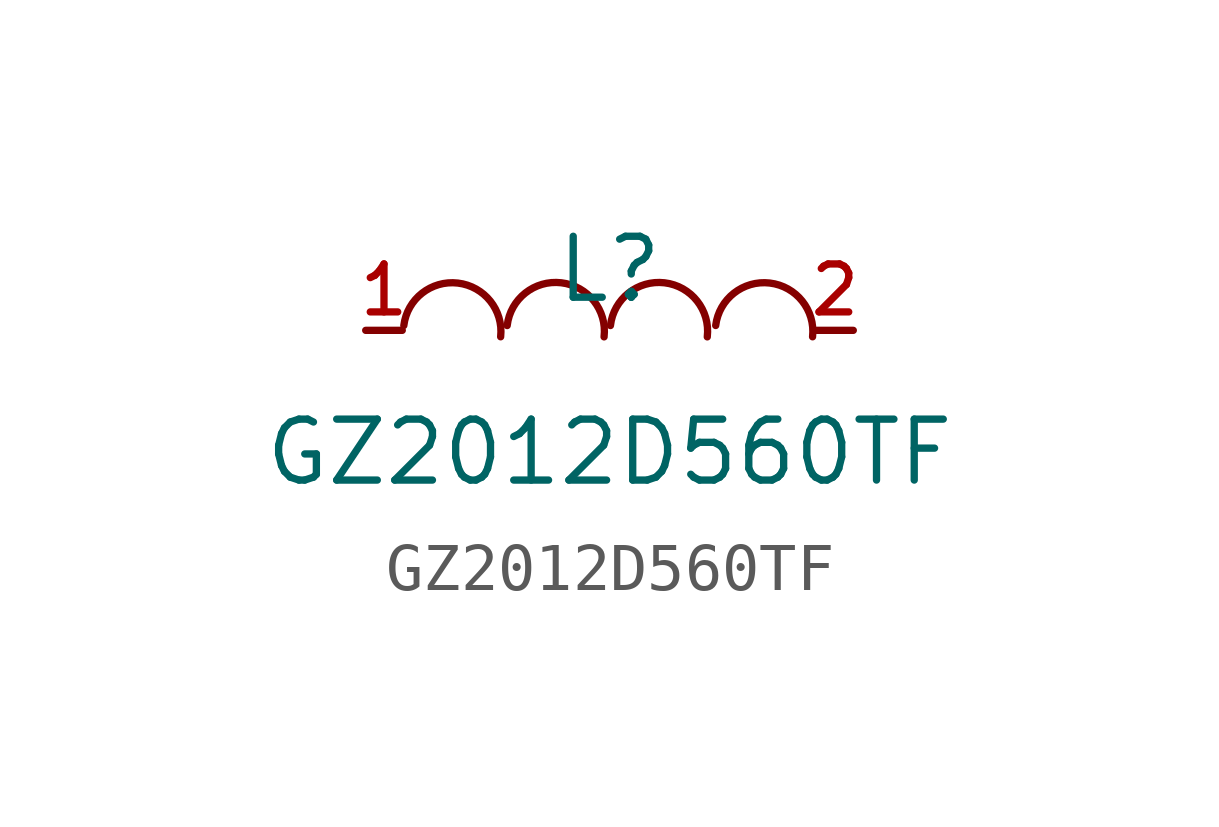
<source format=kicad_sym>
(kicad_symbol_lib
  (version 20210201)
  (generator TousstNicolas/JLC2KiCad_lib)
  (symbol "GZ2012D560TF"
    (pin_names hide)
    (property "Reference" "L"
      (at 0 1.27 0)
      (effects (font (size 1.27 1.27))))
    (property "Value" "GZ2012D560TF"
      (at 0 -2.54 0)
      (effects (font (size 1.27 1.27))))
    (symbol "GZ2012D560TF_0_1"
      (pin unspecified line (at 5.08 -0.0 180) (length 0.762) (name "2" (effects (font (size 1 1)))) (number "2" (effects (font (size 1 1)))))
      (pin unspecified line (at -5.08 -0.0 0) (length 0.762) (name "1" (effects (font (size 1 1)))) (number "1" (effects (font (size 1 1)))))
      (arc (start -2.2674329295749627 -0.1341053884638828) (mid -3.159011207982224 0.9926636483439573) (end -4.285780231504512 0.10108535314652943) (stroke (width 0) (type default) (color 0 0 0 0)) (fill (type none)))
      (arc (start -0.11354180781656804 -0.13565983668102555) (mid -1.0048024524285457 0.9913604595340889) (end -2.131822737142134 0.10009980037815772) (stroke (width 0) (type default) (color 0 0 0 0)) (fill (type none)))
      (arc (start 2.0378424949520375 -0.13565983668102555) (mid 1.1465818503400598 0.9913604595340889) (end 0.019561565626471496 0.10009980037815772) (stroke (width 0) (type default) (color 0 0 0 0)) (fill (type none)))
      (arc (start 4.231170015864318 -0.13410572965492382) (mid 3.3395921275494644 0.9926636202288113) (end 2.2128227952408546 0.10108570970264838) (stroke (width 0) (type default) (color 0 0 0 0)) (fill (type none))))))
</source>
